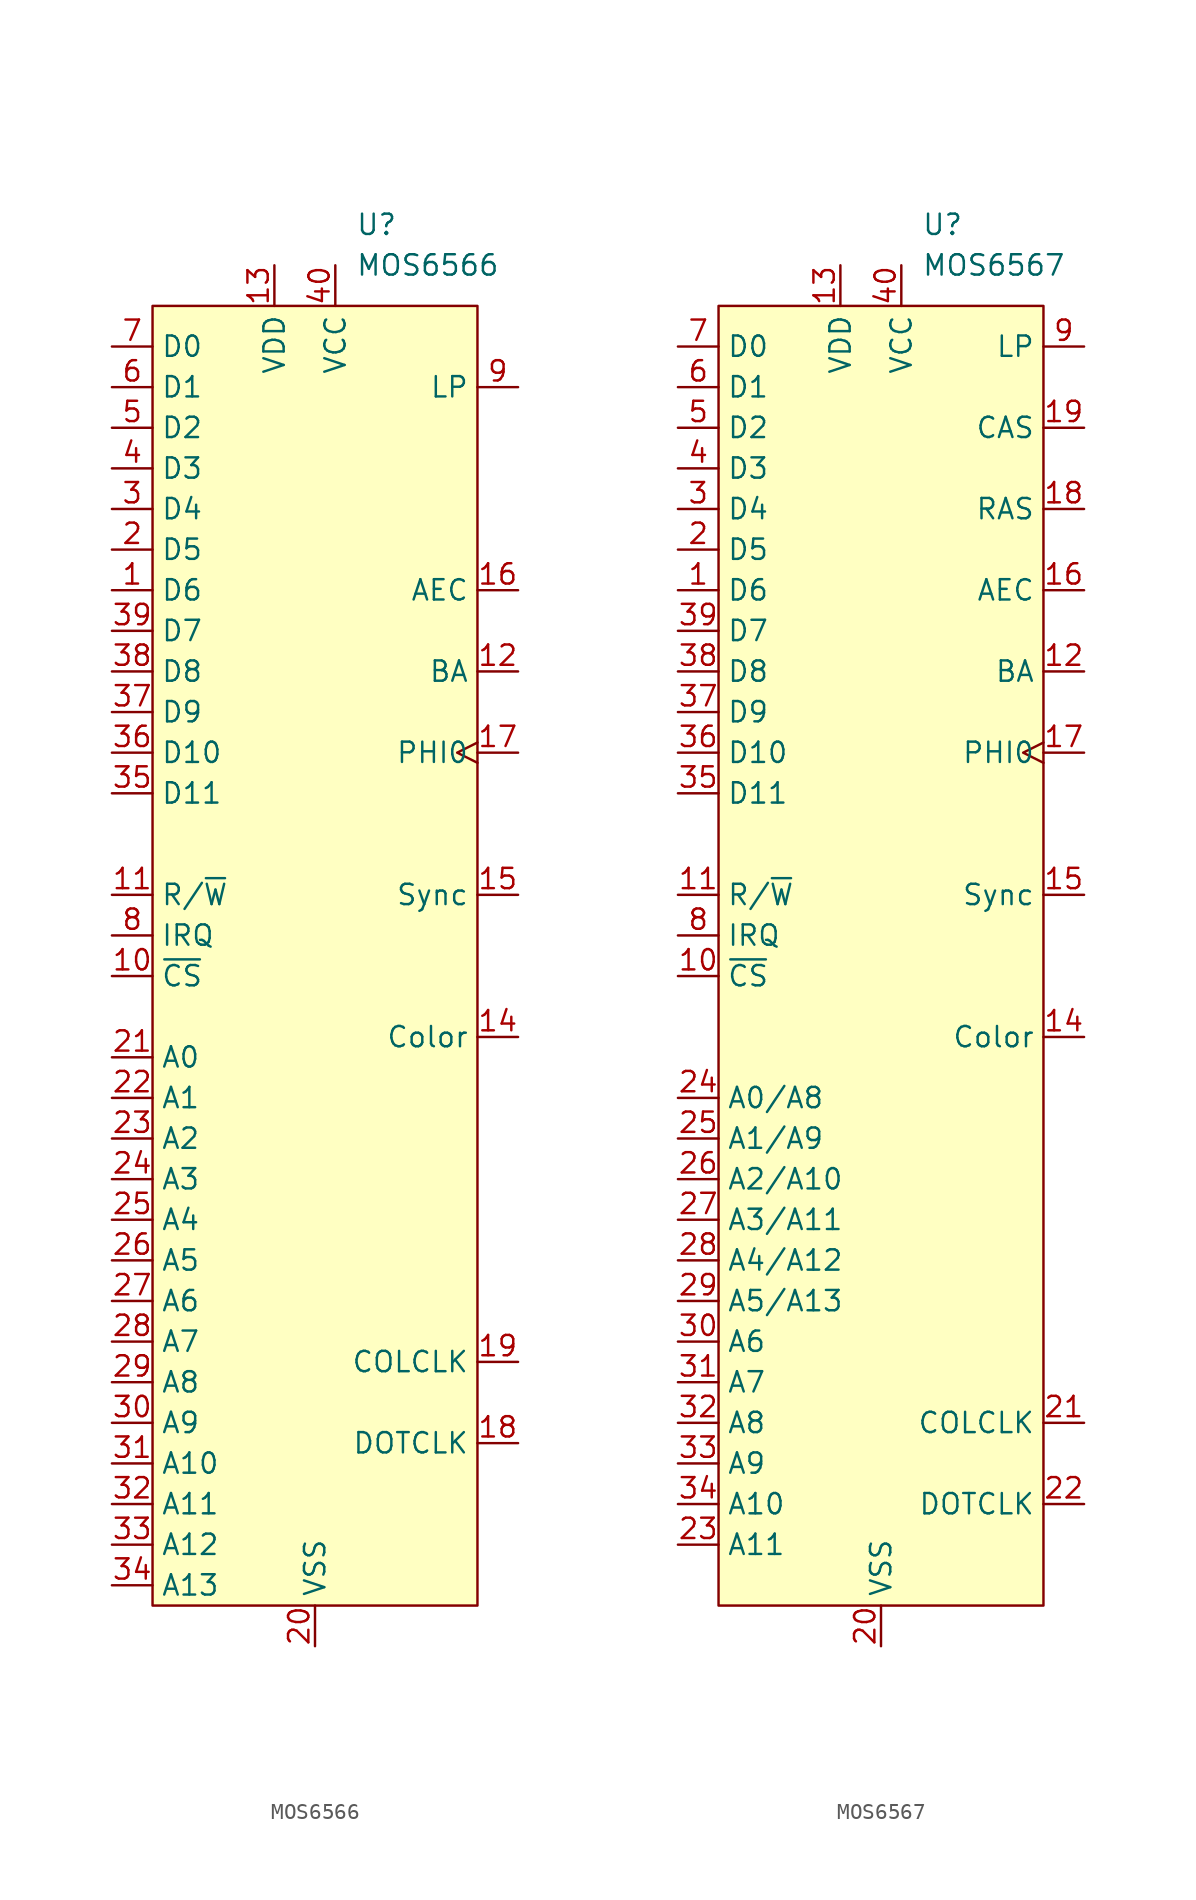
<source format=kicad_sym>
(kicad_symbol_lib
  (version 20231120)
  (generator "kicad_symbol_editor")
  (generator_version "8.0")
  (symbol "MOS6566"
    (property "Reference" "U"
      (at 2.54 45.72 0)
      (effects (font (size 1.27 1.27)) (justify left)))
    (property "Value" "MOS6566"
      (at 2.54 43.18 0)
      (effects (font (size 1.27 1.27)) (justify left)))
    (symbol "MOS6566_0_1"
      (rectangle (start -10.16 40.64) (end 10.16 -40.64) (stroke (width 0) (type default)) (fill (type background))))
    (symbol "MOS6566_1_1"
      (pin bidirectional line (at -12.7 22.86 0) (length 2.54) (name "D6" (effects (font (size 1.27 1.27)))) (number "1" (effects (font (size 1.27 1.27)))))
      (pin input line (at -12.7 -1.27 0) (length 2.54) (name "~{CS}" (effects (font (size 1.27 1.27)))) (number "10" (effects (font (size 1.27 1.27)))))
      (pin input line (at -12.7 3.81 0) (length 2.54) (name "R/~{W}" (effects (font (size 1.27 1.27)))) (number "11" (effects (font (size 1.27 1.27)))))
      (pin output line (at 12.7 17.78 180) (length 2.54) (name "BA" (effects (font (size 1.27 1.27)))) (number "12" (effects (font (size 1.27 1.27)))))
      (pin power_in line (at -2.54 43.18 270) (length 2.54) (name "VDD" (effects (font (size 1.27 1.27)))) (number "13" (effects (font (size 1.27 1.27)))))
      (pin output line (at 12.7 -5.08 180) (length 2.54) (name "Color" (effects (font (size 1.27 1.27)))) (number "14" (effects (font (size 1.27 1.27)))))
      (pin output line (at 12.7 3.81 180) (length 2.54) (name "Sync" (effects (font (size 1.27 1.27)))) (number "15" (effects (font (size 1.27 1.27)))))
      (pin output line (at 12.7 22.86 180) (length 2.54) (name "AEC" (effects (font (size 1.27 1.27)))) (number "16" (effects (font (size 1.27 1.27)))))
      (pin output clock (at 12.7 12.7 180) (length 2.54) (name "PHI0" (effects (font (size 1.27 1.27)))) (number "17" (effects (font (size 1.27 1.27)))))
      (pin output line (at 12.7 -30.48 180) (length 2.54) (name "DOTCLK" (effects (font (size 1.27 1.27)))) (number "18" (effects (font (size 1.27 1.27)))))
      (pin output line (at 12.7 -25.4 180) (length 2.54) (name "COLCLK" (effects (font (size 1.27 1.27)))) (number "19" (effects (font (size 1.27 1.27)))))
      (pin bidirectional line (at -12.7 25.4 0) (length 2.54) (name "D5" (effects (font (size 1.27 1.27)))) (number "2" (effects (font (size 1.27 1.27)))))
      (pin power_in line (at 0 -43.18 90) (length 2.54) (name "VSS" (effects (font (size 1.27 1.27)))) (number "20" (effects (font (size 1.27 1.27)))))
      (pin bidirectional line (at -12.7 -6.35 0) (length 2.54) (name "A0" (effects (font (size 1.27 1.27)))) (number "21" (effects (font (size 1.27 1.27)))))
      (pin bidirectional line (at -12.7 -8.89 0) (length 2.54) (name "A1" (effects (font (size 1.27 1.27)))) (number "22" (effects (font (size 1.27 1.27)))))
      (pin bidirectional line (at -12.7 -11.43 0) (length 2.54) (name "A2" (effects (font (size 1.27 1.27)))) (number "23" (effects (font (size 1.27 1.27)))))
      (pin bidirectional line (at -12.7 -13.97 0) (length 2.54) (name "A3" (effects (font (size 1.27 1.27)))) (number "24" (effects (font (size 1.27 1.27)))))
      (pin bidirectional line (at -12.7 -16.51 0) (length 2.54) (name "A4" (effects (font (size 1.27 1.27)))) (number "25" (effects (font (size 1.27 1.27)))))
      (pin bidirectional line (at -12.7 -19.05 0) (length 2.54) (name "A5" (effects (font (size 1.27 1.27)))) (number "26" (effects (font (size 1.27 1.27)))))
      (pin bidirectional line (at -12.7 -21.59 0) (length 2.54) (name "A6" (effects (font (size 1.27 1.27)))) (number "27" (effects (font (size 1.27 1.27)))))
      (pin bidirectional line (at -12.7 -24.13 0) (length 2.54) (name "A7" (effects (font (size 1.27 1.27)))) (number "28" (effects (font (size 1.27 1.27)))))
      (pin bidirectional line (at -12.7 -26.67 0) (length 2.54) (name "A8" (effects (font (size 1.27 1.27)))) (number "29" (effects (font (size 1.27 1.27)))))
      (pin bidirectional line (at -12.7 27.94 0) (length 2.54) (name "D4" (effects (font (size 1.27 1.27)))) (number "3" (effects (font (size 1.27 1.27)))))
      (pin bidirectional line (at -12.7 -29.21 0) (length 2.54) (name "A9" (effects (font (size 1.27 1.27)))) (number "30" (effects (font (size 1.27 1.27)))))
      (pin bidirectional line (at -12.7 -31.75 0) (length 2.54) (name "A10" (effects (font (size 1.27 1.27)))) (number "31" (effects (font (size 1.27 1.27)))))
      (pin bidirectional line (at -12.7 -34.29 0) (length 2.54) (name "A11" (effects (font (size 1.27 1.27)))) (number "32" (effects (font (size 1.27 1.27)))))
      (pin bidirectional line (at -12.7 -36.83 0) (length 2.54) (name "A12" (effects (font (size 1.27 1.27)))) (number "33" (effects (font (size 1.27 1.27)))))
      (pin bidirectional line (at -12.7 -39.37 0) (length 2.54) (name "A13" (effects (font (size 1.27 1.27)))) (number "34" (effects (font (size 1.27 1.27)))))
      (pin input line (at -12.7 10.16 0) (length 2.54) (name "D11" (effects (font (size 1.27 1.27)))) (number "35" (effects (font (size 1.27 1.27)))))
      (pin input line (at -12.7 12.7 0) (length 2.54) (name "D10" (effects (font (size 1.27 1.27)))) (number "36" (effects (font (size 1.27 1.27)))))
      (pin input line (at -12.7 15.24 0) (length 2.54) (name "D9" (effects (font (size 1.27 1.27)))) (number "37" (effects (font (size 1.27 1.27)))))
      (pin input line (at -12.7 17.78 0) (length 2.54) (name "D8" (effects (font (size 1.27 1.27)))) (number "38" (effects (font (size 1.27 1.27)))))
      (pin bidirectional line (at -12.7 20.32 0) (length 2.54) (name "D7" (effects (font (size 1.27 1.27)))) (number "39" (effects (font (size 1.27 1.27)))))
      (pin bidirectional line (at -12.7 30.48 0) (length 2.54) (name "D3" (effects (font (size 1.27 1.27)))) (number "4" (effects (font (size 1.27 1.27)))))
      (pin power_in line (at 1.27 43.18 270) (length 2.54) (name "VCC" (effects (font (size 1.27 1.27)))) (number "40" (effects (font (size 1.27 1.27)))))
      (pin bidirectional line (at -12.7 33.02 0) (length 2.54) (name "D2" (effects (font (size 1.27 1.27)))) (number "5" (effects (font (size 1.27 1.27)))))
      (pin bidirectional line (at -12.7 35.56 0) (length 2.54) (name "D1" (effects (font (size 1.27 1.27)))) (number "6" (effects (font (size 1.27 1.27)))))
      (pin bidirectional line (at -12.7 38.1 0) (length 2.54) (name "D0" (effects (font (size 1.27 1.27)))) (number "7" (effects (font (size 1.27 1.27)))))
      (pin open_collector line (at -12.7 1.27 0) (length 2.54) (name "IRQ" (effects (font (size 1.27 1.27)))) (number "8" (effects (font (size 1.27 1.27)))))
      (pin input line (at 12.7 35.56 180) (length 2.54) (name "LP" (effects (font (size 1.27 1.27)))) (number "9" (effects (font (size 1.27 1.27)))))))
  (symbol "MOS6567"
    (property "Reference" "U"
      (at 2.54 45.72 0)
      (effects (font (size 1.27 1.27)) (justify left)))
    (property "Value" "MOS6567"
      (at 2.54 43.18 0)
      (effects (font (size 1.27 1.27)) (justify left)))
    (symbol "MOS6567_0_1"
      (rectangle (start -10.16 40.64) (end 10.16 -40.64) (stroke (width 0) (type default)) (fill (type background))))
    (symbol "MOS6567_1_1"
      (pin bidirectional line (at -12.7 22.86 0) (length 2.54) (name "D6" (effects (font (size 1.27 1.27)))) (number "1" (effects (font (size 1.27 1.27)))))
      (pin input line (at -12.7 -1.27 0) (length 2.54) (name "~{CS}" (effects (font (size 1.27 1.27)))) (number "10" (effects (font (size 1.27 1.27)))))
      (pin input line (at -12.7 3.81 0) (length 2.54) (name "R/~{W}" (effects (font (size 1.27 1.27)))) (number "11" (effects (font (size 1.27 1.27)))))
      (pin output line (at 12.7 17.78 180) (length 2.54) (name "BA" (effects (font (size 1.27 1.27)))) (number "12" (effects (font (size 1.27 1.27)))))
      (pin power_in line (at -2.54 43.18 270) (length 2.54) (name "VDD" (effects (font (size 1.27 1.27)))) (number "13" (effects (font (size 1.27 1.27)))))
      (pin output line (at 12.7 -5.08 180) (length 2.54) (name "Color" (effects (font (size 1.27 1.27)))) (number "14" (effects (font (size 1.27 1.27)))))
      (pin output line (at 12.7 3.81 180) (length 2.54) (name "Sync" (effects (font (size 1.27 1.27)))) (number "15" (effects (font (size 1.27 1.27)))))
      (pin output line (at 12.7 22.86 180) (length 2.54) (name "AEC" (effects (font (size 1.27 1.27)))) (number "16" (effects (font (size 1.27 1.27)))))
      (pin output clock (at 12.7 12.7 180) (length 2.54) (name "PHI0" (effects (font (size 1.27 1.27)))) (number "17" (effects (font (size 1.27 1.27)))))
      (pin output line (at 12.7 27.94 180) (length 2.54) (name "RAS" (effects (font (size 1.27 1.27)))) (number "18" (effects (font (size 1.27 1.27)))))
      (pin output line (at 12.7 33.02 180) (length 2.54) (name "CAS" (effects (font (size 1.27 1.27)))) (number "19" (effects (font (size 1.27 1.27)))))
      (pin bidirectional line (at -12.7 25.4 0) (length 2.54) (name "D5" (effects (font (size 1.27 1.27)))) (number "2" (effects (font (size 1.27 1.27)))))
      (pin power_in line (at 0 -43.18 90) (length 2.54) (name "VSS" (effects (font (size 1.27 1.27)))) (number "20" (effects (font (size 1.27 1.27)))))
      (pin input line (at 12.7 -29.21 180) (length 2.54) (name "COLCLK" (effects (font (size 1.27 1.27)))) (number "21" (effects (font (size 1.27 1.27)))))
      (pin input line (at 12.7 -34.29 180) (length 2.54) (name "DOTCLK" (effects (font (size 1.27 1.27)))) (number "22" (effects (font (size 1.27 1.27)))))
      (pin bidirectional line (at -12.7 -36.83 0) (length 2.54) (name "A11" (effects (font (size 1.27 1.27)))) (number "23" (effects (font (size 1.27 1.27)))))
      (pin bidirectional line (at -12.7 -8.89 0) (length 2.54) (name "A0/A8" (effects (font (size 1.27 1.27)))) (number "24" (effects (font (size 1.27 1.27)))))
      (pin bidirectional line (at -12.7 -11.43 0) (length 2.54) (name "A1/A9" (effects (font (size 1.27 1.27)))) (number "25" (effects (font (size 1.27 1.27)))))
      (pin bidirectional line (at -12.7 -13.97 0) (length 2.54) (name "A2/A10" (effects (font (size 1.27 1.27)))) (number "26" (effects (font (size 1.27 1.27)))))
      (pin bidirectional line (at -12.7 -16.51 0) (length 2.54) (name "A3/A11" (effects (font (size 1.27 1.27)))) (number "27" (effects (font (size 1.27 1.27)))))
      (pin bidirectional line (at -12.7 -19.05 0) (length 2.54) (name "A4/A12" (effects (font (size 1.27 1.27)))) (number "28" (effects (font (size 1.27 1.27)))))
      (pin bidirectional line (at -12.7 -21.59 0) (length 2.54) (name "A5/A13" (effects (font (size 1.27 1.27)))) (number "29" (effects (font (size 1.27 1.27)))))
      (pin bidirectional line (at -12.7 27.94 0) (length 2.54) (name "D4" (effects (font (size 1.27 1.27)))) (number "3" (effects (font (size 1.27 1.27)))))
      (pin bidirectional line (at -12.7 -24.13 0) (length 2.54) (name "A6" (effects (font (size 1.27 1.27)))) (number "30" (effects (font (size 1.27 1.27)))))
      (pin bidirectional line (at -12.7 -26.67 0) (length 2.54) (name "A7" (effects (font (size 1.27 1.27)))) (number "31" (effects (font (size 1.27 1.27)))))
      (pin bidirectional line (at -12.7 -29.21 0) (length 2.54) (name "A8" (effects (font (size 1.27 1.27)))) (number "32" (effects (font (size 1.27 1.27)))))
      (pin bidirectional line (at -12.7 -31.75 0) (length 2.54) (name "A9" (effects (font (size 1.27 1.27)))) (number "33" (effects (font (size 1.27 1.27)))))
      (pin bidirectional line (at -12.7 -34.29 0) (length 2.54) (name "A10" (effects (font (size 1.27 1.27)))) (number "34" (effects (font (size 1.27 1.27)))))
      (pin input line (at -12.7 10.16 0) (length 2.54) (name "D11" (effects (font (size 1.27 1.27)))) (number "35" (effects (font (size 1.27 1.27)))))
      (pin input line (at -12.7 12.7 0) (length 2.54) (name "D10" (effects (font (size 1.27 1.27)))) (number "36" (effects (font (size 1.27 1.27)))))
      (pin input line (at -12.7 15.24 0) (length 2.54) (name "D9" (effects (font (size 1.27 1.27)))) (number "37" (effects (font (size 1.27 1.27)))))
      (pin input line (at -12.7 17.78 0) (length 2.54) (name "D8" (effects (font (size 1.27 1.27)))) (number "38" (effects (font (size 1.27 1.27)))))
      (pin bidirectional line (at -12.7 20.32 0) (length 2.54) (name "D7" (effects (font (size 1.27 1.27)))) (number "39" (effects (font (size 1.27 1.27)))))
      (pin bidirectional line (at -12.7 30.48 0) (length 2.54) (name "D3" (effects (font (size 1.27 1.27)))) (number "4" (effects (font (size 1.27 1.27)))))
      (pin power_in line (at 1.27 43.18 270) (length 2.54) (name "VCC" (effects (font (size 1.27 1.27)))) (number "40" (effects (font (size 1.27 1.27)))))
      (pin bidirectional line (at -12.7 33.02 0) (length 2.54) (name "D2" (effects (font (size 1.27 1.27)))) (number "5" (effects (font (size 1.27 1.27)))))
      (pin bidirectional line (at -12.7 35.56 0) (length 2.54) (name "D1" (effects (font (size 1.27 1.27)))) (number "6" (effects (font (size 1.27 1.27)))))
      (pin bidirectional line (at -12.7 38.1 0) (length 2.54) (name "D0" (effects (font (size 1.27 1.27)))) (number "7" (effects (font (size 1.27 1.27)))))
      (pin open_collector line (at -12.7 1.27 0) (length 2.54) (name "IRQ" (effects (font (size 1.27 1.27)))) (number "8" (effects (font (size 1.27 1.27)))))
      (pin input line (at 12.7 38.1 180) (length 2.54) (name "LP" (effects (font (size 1.27 1.27)))) (number "9" (effects (font (size 1.27 1.27))))))))
</source>
